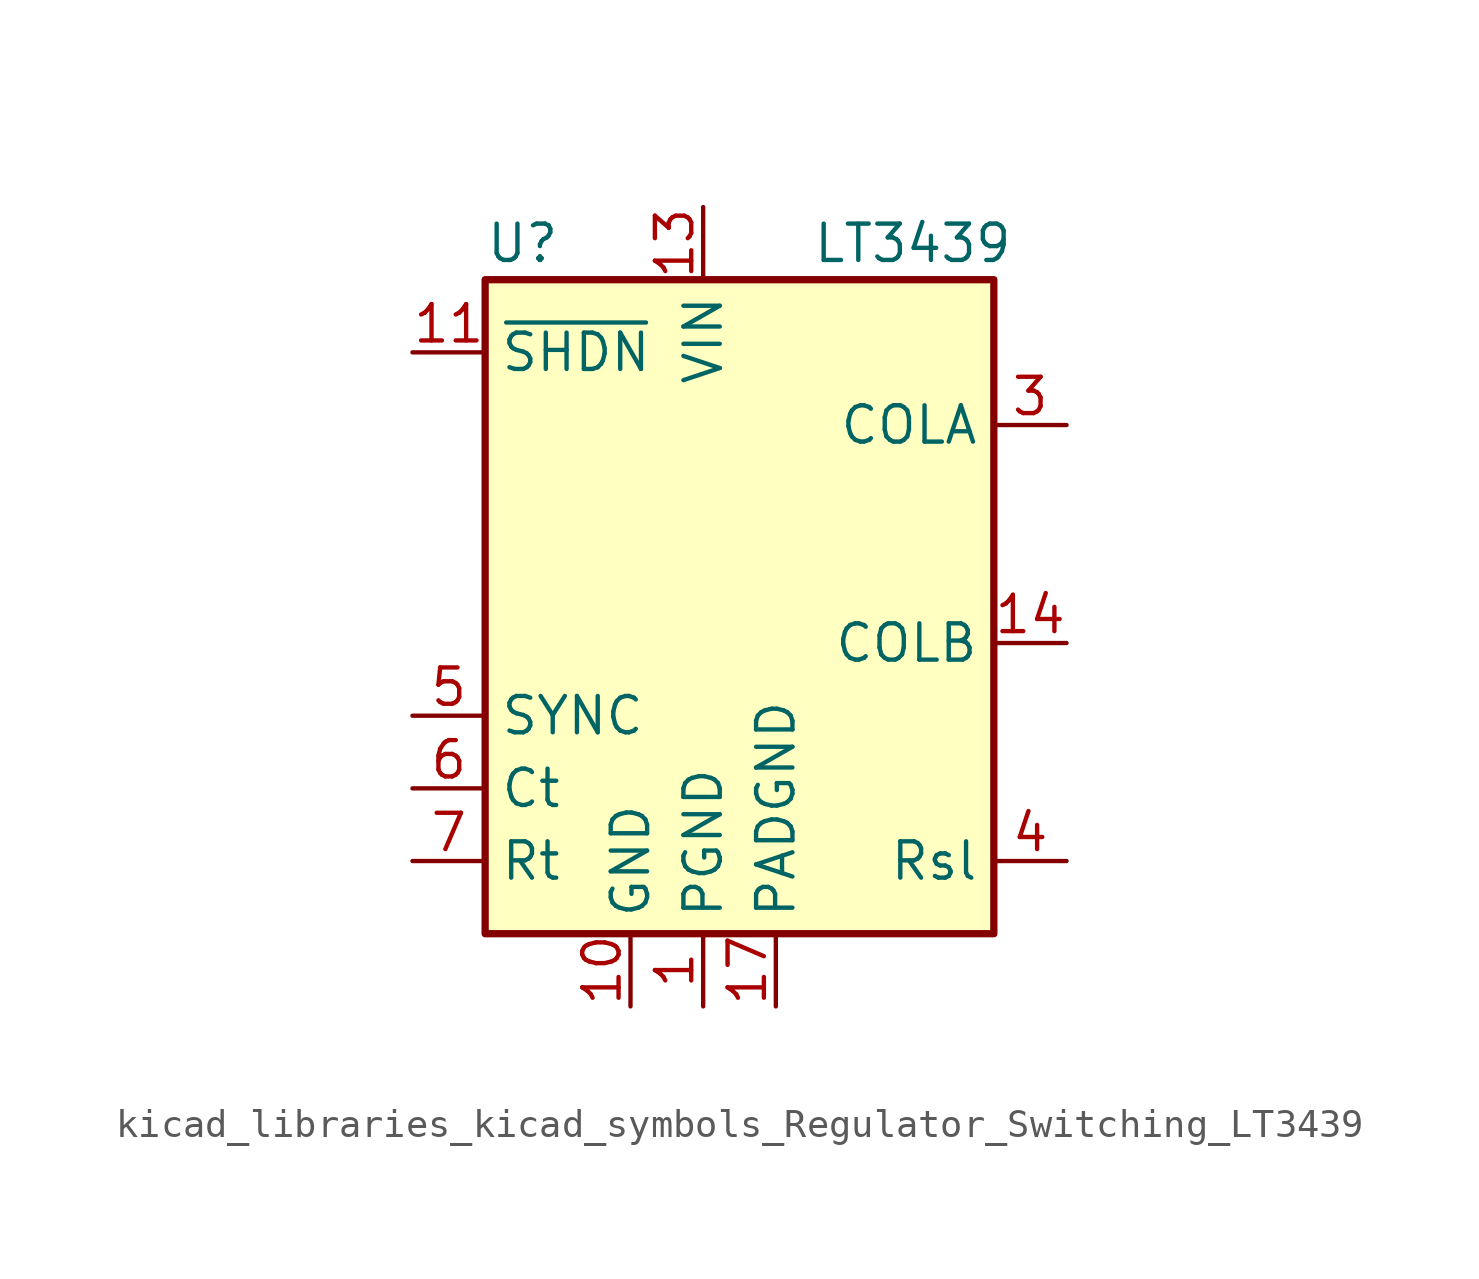
<source format=kicad_sym>
(kicad_symbol_lib
  (version 20220914)
  (generator kicad_symbol_editor)
  (symbol "kicad_libraries_kicad_symbols_Regulator_Switching_LT3439"
    (property "Reference" "U"
      (at -7.62 11.43 0)
      (effects (font (size 1.27 1.27)) (justify left)))
    (property "Value" "LT3439"
      (at 3.81 11.43 0)
      (effects (font (size 1.27 1.27)) (justify left)))
    (symbol "kicad_libraries_kicad_symbols_Regulator_Switching_LT3439_0_1"
      (rectangle (start -7.62 10.16) (end 10.16 -12.7) (stroke (width 0.254) (type default)) (fill (type background))))
    (symbol "kicad_libraries_kicad_symbols_Regulator_Switching_LT3439_1_1"
      (pin power_in line (at 0 -15.24 90) (length 2.54) (name "PGND" (effects (font (size 1.27 1.27)))) (number "1" (effects (font (size 1.27 1.27)))))
      (pin power_in line (at -2.54 -15.24 90) (length 2.54) (name "GND" (effects (font (size 1.27 1.27)))) (number "10" (effects (font (size 1.27 1.27)))))
      (pin input line (at -10.16 7.62 0) (length 2.54) (name "~{SHDN}" (effects (font (size 1.27 1.27)))) (number "11" (effects (font (size 1.27 1.27)))))
      (pin no_connect line (at -7.62 -2.54 0) (length 2.54) hide (name "NC" (effects (font (size 1.27 1.27)))) (number "12" (effects (font (size 1.27 1.27)))))
      (pin power_in line (at 0 12.7 270) (length 2.54) (name "VIN" (effects (font (size 1.27 1.27)))) (number "13" (effects (font (size 1.27 1.27)))))
      (pin output line (at 12.7 -2.54 180) (length 2.54) (name "COLB" (effects (font (size 1.27 1.27)))) (number "14" (effects (font (size 1.27 1.27)))))
      (pin no_connect line (at 10.16 0 180) (length 2.54) hide (name "NC" (effects (font (size 1.27 1.27)))) (number "15" (effects (font (size 1.27 1.27)))))
      (pin passive line (at 0 -15.24 90) (length 2.54) hide (name "PGND" (effects (font (size 1.27 1.27)))) (number "16" (effects (font (size 1.27 1.27)))))
      (pin power_in line (at 2.54 -15.24 90) (length 2.54) (name "PADGND" (effects (font (size 1.27 1.27)))) (number "17" (effects (font (size 1.27 1.27)))))
      (pin no_connect line (at -7.62 5.08 0) (length 2.54) hide (name "NC" (effects (font (size 1.27 1.27)))) (number "2" (effects (font (size 1.27 1.27)))))
      (pin output line (at 12.7 5.08 180) (length 2.54) (name "COLA" (effects (font (size 1.27 1.27)))) (number "3" (effects (font (size 1.27 1.27)))))
      (pin passive line (at 12.7 -10.16 180) (length 2.54) (name "Rsl" (effects (font (size 1.27 1.27)))) (number "4" (effects (font (size 1.27 1.27)))))
      (pin passive line (at -10.16 -5.08 0) (length 2.54) (name "SYNC" (effects (font (size 1.27 1.27)))) (number "5" (effects (font (size 1.27 1.27)))))
      (pin passive line (at -10.16 -7.62 0) (length 2.54) (name "Ct" (effects (font (size 1.27 1.27)))) (number "6" (effects (font (size 1.27 1.27)))))
      (pin passive line (at -10.16 -10.16 0) (length 2.54) (name "Rt" (effects (font (size 1.27 1.27)))) (number "7" (effects (font (size 1.27 1.27)))))
      (pin no_connect line (at -7.62 2.54 0) (length 2.54) hide (name "NC" (effects (font (size 1.27 1.27)))) (number "8" (effects (font (size 1.27 1.27)))))
      (pin no_connect line (at -7.62 0 0) (length 2.54) hide (name "NC" (effects (font (size 1.27 1.27)))) (number "9" (effects (font (size 1.27 1.27))))))))
</source>
